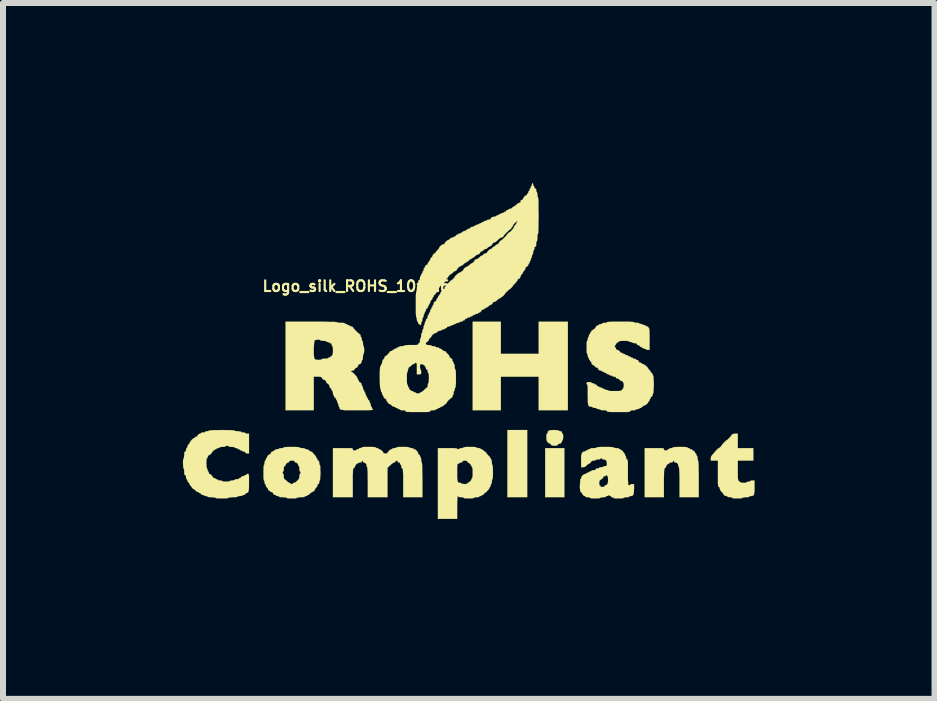
<source format=kicad_pcb>
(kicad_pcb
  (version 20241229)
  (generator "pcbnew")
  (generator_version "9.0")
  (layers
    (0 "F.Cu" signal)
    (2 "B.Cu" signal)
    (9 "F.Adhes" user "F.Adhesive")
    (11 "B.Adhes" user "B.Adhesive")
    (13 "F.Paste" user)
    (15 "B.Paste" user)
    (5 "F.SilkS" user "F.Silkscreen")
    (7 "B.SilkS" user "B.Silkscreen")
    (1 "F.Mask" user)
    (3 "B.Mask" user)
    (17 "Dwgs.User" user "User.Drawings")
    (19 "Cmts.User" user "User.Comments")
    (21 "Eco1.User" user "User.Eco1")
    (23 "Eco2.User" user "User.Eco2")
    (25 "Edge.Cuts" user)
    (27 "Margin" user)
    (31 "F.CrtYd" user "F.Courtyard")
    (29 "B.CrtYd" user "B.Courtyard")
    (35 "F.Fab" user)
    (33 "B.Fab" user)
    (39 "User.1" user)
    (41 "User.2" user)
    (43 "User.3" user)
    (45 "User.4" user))
  (footprint "Logo_silk_ROHS_10x5.6mm"
    (layer "F.Cu")
    (at 4.83 2.821)
    (property "Reference" "Logo_silk_ROHS_10x5.6mm" (at -1.7 -1.1 0) (layer "F.SilkS") (effects (font (size 0.178 0.178) (thickness 0.036))))
    (attr exclude_from_pos_files exclude_from_bom)
    (fp_poly (pts (xy 0.909 2.418) (xy 0.744 2.418) (xy 0.579 2.418) (xy 0.579 1.859) (xy 0.579 1.298) (xy 0.744 1.298) (xy 0.909 1.298) (xy 0.909 1.859) (xy 0.909 2.418)) (stroke (width 0.003) (type solid)) (fill yes) (layer "F.SilkS"))
    (fp_poly (pts (xy 1.529 2.418) (xy 1.369 2.418) (xy 1.209 2.418) (xy 1.209 2.009) (xy 1.209 1.6) (xy 1.369 1.6) (xy 1.529 1.6) (xy 1.529 2.009) (xy 1.529 2.418)) (stroke (width 0.003) (type solid)) (fill yes) (layer "F.SilkS"))
    (fp_poly (pts (xy 1.587 0.968) (xy 1.344 0.968) (xy 1.1 0.968) (xy 1.1 0.688) (xy 1.1 0.409) (xy 0.785 0.409) (xy 0.47 0.409) (xy 0.47 0.688) (xy 0.47 0.968) (xy 0.234 0.968) (xy 0 0.968) (xy 0 0.229) (xy 0 -0.508) (xy 0.234 -0.508) (xy 0.47 -0.508) (xy 0.47 -0.239) (xy 0.47 0.028) (xy 0.785 0.028) (xy 1.1 0.028) (xy 1.1 -0.239) (xy 1.1 -0.508) (xy 1.344 -0.508) (xy 1.587 -0.508) (xy 1.587 0.229) (xy 1.587 0.968)) (stroke (width 0.003) (type solid)) (fill yes) (layer "F.SilkS"))
    (fp_poly (pts (xy 1.509 1.415) (xy 1.506 1.443) (xy 1.504 1.463) (xy 1.499 1.468) (xy 1.491 1.476) (xy 1.488 1.486) (xy 1.481 1.509) (xy 1.458 1.524) (xy 1.44 1.529) (xy 1.422 1.534) (xy 1.42 1.544) (xy 1.415 1.552) (xy 1.397 1.557) (xy 1.364 1.56) (xy 1.331 1.557) (xy 1.313 1.552) (xy 1.308 1.544) (xy 1.3 1.532) (xy 1.293 1.529) (xy 1.275 1.521) (xy 1.255 1.506) (xy 1.252 1.504) (xy 1.24 1.486) (xy 1.232 1.466) (xy 1.229 1.435) (xy 1.229 1.42) (xy 1.229 1.387) (xy 1.234 1.364) (xy 1.24 1.359) (xy 1.247 1.351) (xy 1.25 1.344) (xy 1.255 1.323) (xy 1.27 1.308) (xy 1.3 1.3) (xy 1.349 1.298) (xy 1.359 1.298) (xy 1.397 1.3) (xy 1.425 1.303) (xy 1.438 1.308) (xy 1.448 1.316) (xy 1.463 1.318) (xy 1.483 1.323) (xy 1.488 1.339) (xy 1.494 1.354) (xy 1.499 1.359) (xy 1.504 1.369) (xy 1.509 1.392) (xy 1.509 1.415)) (stroke (width 0.003) (type solid)) (fill yes) (layer "F.SilkS"))
    (fp_poly (pts (xy 3.769 2.418) (xy 3.609 2.418) (xy 3.449 2.418) (xy 3.449 2.169) (xy 3.449 2.085) (xy 3.447 2.017) (xy 3.444 1.966) (xy 3.442 1.933) (xy 3.439 1.92) (xy 3.439 1.918) (xy 3.432 1.91) (xy 3.429 1.892) (xy 3.421 1.862) (xy 3.401 1.844) (xy 3.378 1.839) (xy 3.363 1.834) (xy 3.358 1.824) (xy 3.353 1.811) (xy 3.348 1.808) (xy 3.34 1.816) (xy 3.34 1.824) (xy 3.33 1.836) (xy 3.31 1.839) (xy 3.287 1.841) (xy 3.279 1.849) (xy 3.272 1.859) (xy 3.269 1.859) (xy 3.251 1.867) (xy 3.233 1.885) (xy 3.228 1.9) (xy 3.221 1.918) (xy 3.208 1.928) (xy 3.203 1.935) (xy 3.198 1.943) (xy 3.195 1.956) (xy 3.193 1.974) (xy 3.19 2.004) (xy 3.19 2.047) (xy 3.188 2.106) (xy 3.188 2.179) (xy 3.188 2.182) (xy 3.188 2.418) (xy 3.028 2.418) (xy 2.868 2.418) (xy 2.868 2.009) (xy 2.868 1.6) (xy 3.028 1.6) (xy 3.089 1.6) (xy 3.132 1.6) (xy 3.16 1.6) (xy 3.178 1.603) (xy 3.185 1.608) (xy 3.188 1.613) (xy 3.188 1.618) (xy 3.193 1.633) (xy 3.211 1.638) (xy 3.218 1.638) (xy 3.241 1.636) (xy 3.249 1.628) (xy 3.256 1.621) (xy 3.264 1.618) (xy 3.277 1.613) (xy 3.279 1.608) (xy 3.287 1.603) (xy 3.31 1.6) (xy 3.33 1.595) (xy 3.338 1.59) (xy 3.34 1.587) (xy 3.348 1.585) (xy 3.376 1.582) (xy 3.419 1.58) (xy 3.459 1.58) (xy 3.51 1.58) (xy 3.551 1.582) (xy 3.574 1.585) (xy 3.579 1.587) (xy 3.586 1.598) (xy 3.599 1.6) (xy 3.614 1.603) (xy 3.619 1.608) (xy 3.627 1.618) (xy 3.64 1.618) (xy 3.655 1.623) (xy 3.658 1.628) (xy 3.668 1.638) (xy 3.67 1.638) (xy 3.686 1.646) (xy 3.703 1.664) (xy 3.708 1.679) (xy 3.716 1.689) (xy 3.719 1.689) (xy 3.726 1.697) (xy 3.729 1.709) (xy 3.734 1.725) (xy 3.739 1.73) (xy 3.744 1.737) (xy 3.749 1.76) (xy 3.749 1.768) (xy 3.752 1.793) (xy 3.757 1.808) (xy 3.759 1.808) (xy 3.762 1.819) (xy 3.764 1.849) (xy 3.767 1.895) (xy 3.767 1.961) (xy 3.769 2.045) (xy 3.769 2.113) (xy 3.769 2.418)) (stroke (width 0.003) (type solid)) (fill yes) (layer "F.SilkS"))
    (fp_poly (pts (xy 4.699 2.256) (xy 4.699 2.311) (xy 4.694 2.352) (xy 4.689 2.377) (xy 4.676 2.39) (xy 4.658 2.398) (xy 4.641 2.398) (xy 4.618 2.403) (xy 4.61 2.408) (xy 4.6 2.416) (xy 4.577 2.418) (xy 4.554 2.418) (xy 4.524 2.421) (xy 4.503 2.426) (xy 4.498 2.428) (xy 4.491 2.433) (xy 4.463 2.438) (xy 4.425 2.438) (xy 4.415 2.438) (xy 4.371 2.438) (xy 4.343 2.436) (xy 4.328 2.431) (xy 4.328 2.428) (xy 4.321 2.423) (xy 4.298 2.418) (xy 4.288 2.418) (xy 4.265 2.416) (xy 4.249 2.41) (xy 4.249 2.408) (xy 4.239 2.4) (xy 4.229 2.398) (xy 4.206 2.393) (xy 4.188 2.38) (xy 4.178 2.365) (xy 4.173 2.352) (xy 4.155 2.334) (xy 4.148 2.329) (xy 4.128 2.301) (xy 4.12 2.276) (xy 4.115 2.253) (xy 4.105 2.248) (xy 4.1 2.245) (xy 4.094 2.238) (xy 4.092 2.22) (xy 4.089 2.192) (xy 4.089 2.151) (xy 4.089 2.093) (xy 4.089 2.029) (xy 4.089 1.808) (xy 4.028 1.808) (xy 3.97 1.808) (xy 3.97 1.773) (xy 3.975 1.74) (xy 3.993 1.714) (xy 3.998 1.709) (xy 4.018 1.689) (xy 4.028 1.676) (xy 4.028 1.674) (xy 4.036 1.664) (xy 4.051 1.646) (xy 4.072 1.626) (xy 4.089 1.608) (xy 4.102 1.6) (xy 4.105 1.6) (xy 4.115 1.593) (xy 4.133 1.577) (xy 4.148 1.56) (xy 4.158 1.547) (xy 4.158 1.544) (xy 4.166 1.534) (xy 4.181 1.516) (xy 4.201 1.496) (xy 4.221 1.478) (xy 4.232 1.468) (xy 4.234 1.468) (xy 4.244 1.463) (xy 4.262 1.445) (xy 4.282 1.425) (xy 4.3 1.407) (xy 4.308 1.394) (xy 4.318 1.377) (xy 4.341 1.364) (xy 4.371 1.359) (xy 4.379 1.359) (xy 4.42 1.359) (xy 4.42 1.478) (xy 4.42 1.6) (xy 4.549 1.6) (xy 4.679 1.6) (xy 4.679 1.704) (xy 4.679 1.808) (xy 4.549 1.808) (xy 4.42 1.808) (xy 4.42 1.968) (xy 4.42 2.029) (xy 4.42 2.073) (xy 4.422 2.103) (xy 4.425 2.123) (xy 4.43 2.136) (xy 4.435 2.146) (xy 4.442 2.154) (xy 4.465 2.169) (xy 4.491 2.177) (xy 4.519 2.179) (xy 4.547 2.177) (xy 4.564 2.172) (xy 4.569 2.169) (xy 4.577 2.162) (xy 4.597 2.159) (xy 4.6 2.159) (xy 4.62 2.156) (xy 4.628 2.149) (xy 4.638 2.141) (xy 4.658 2.139) (xy 4.663 2.139) (xy 4.699 2.139) (xy 4.699 2.256)) (stroke (width 0.003) (type solid)) (fill yes) (layer "F.SilkS"))
    (fp_poly (pts (xy -0.838 2.418) (xy -0.998 2.418) (xy -1.158 2.418) (xy -1.158 2.179) (xy -1.158 2.103) (xy -1.158 2.045) (xy -1.161 2.002) (xy -1.163 1.971) (xy -1.163 1.953) (xy -1.168 1.943) (xy -1.173 1.938) (xy -1.186 1.93) (xy -1.189 1.91) (xy -1.191 1.887) (xy -1.199 1.88) (xy -1.206 1.869) (xy -1.209 1.859) (xy -1.217 1.841) (xy -1.229 1.839) (xy -1.245 1.834) (xy -1.25 1.824) (xy -1.257 1.811) (xy -1.267 1.808) (xy -1.285 1.816) (xy -1.288 1.824) (xy -1.298 1.836) (xy -1.308 1.839) (xy -1.326 1.847) (xy -1.351 1.864) (xy -1.374 1.885) (xy -1.42 1.928) (xy -1.42 2.174) (xy -1.42 2.418) (xy -1.582 2.418) (xy -1.748 2.418) (xy -1.748 2.169) (xy -1.75 2.085) (xy -1.75 2.017) (xy -1.753 1.966) (xy -1.755 1.933) (xy -1.758 1.92) (xy -1.758 1.918) (xy -1.765 1.91) (xy -1.768 1.892) (xy -1.775 1.864) (xy -1.796 1.844) (xy -1.814 1.839) (xy -1.826 1.831) (xy -1.829 1.824) (xy -1.834 1.811) (xy -1.839 1.808) (xy -1.847 1.816) (xy -1.849 1.824) (xy -1.857 1.836) (xy -1.88 1.839) (xy -1.905 1.847) (xy -1.933 1.862) (xy -1.953 1.882) (xy -1.958 1.9) (xy -1.966 1.918) (xy -1.979 1.928) (xy -1.986 1.935) (xy -1.989 1.943) (xy -1.994 1.956) (xy -1.996 1.974) (xy -1.996 2.004) (xy -1.999 2.047) (xy -1.999 2.106) (xy -1.999 2.179) (xy -1.999 2.182) (xy -1.999 2.418) (xy -2.164 2.418) (xy -2.329 2.418) (xy -2.329 2.009) (xy -2.329 1.6) (xy -2.164 1.6) (xy -2.103 1.6) (xy -2.06 1.6) (xy -2.029 1.6) (xy -2.012 1.603) (xy -2.002 1.608) (xy -1.999 1.613) (xy -1.999 1.618) (xy -1.994 1.633) (xy -1.976 1.638) (xy -1.968 1.638) (xy -1.948 1.636) (xy -1.938 1.628) (xy -1.93 1.621) (xy -1.918 1.618) (xy -1.902 1.615) (xy -1.897 1.608) (xy -1.89 1.6) (xy -1.875 1.6) (xy -1.854 1.595) (xy -1.849 1.587) (xy -1.839 1.585) (xy -1.811 1.58) (xy -1.77 1.58) (xy -1.735 1.58) (xy -1.681 1.58) (xy -1.646 1.582) (xy -1.623 1.585) (xy -1.618 1.587) (xy -1.61 1.595) (xy -1.593 1.6) (xy -1.575 1.603) (xy -1.57 1.608) (xy -1.56 1.618) (xy -1.554 1.618) (xy -1.537 1.626) (xy -1.514 1.643) (xy -1.496 1.661) (xy -1.488 1.679) (xy -1.481 1.687) (xy -1.458 1.689) (xy -1.453 1.689) (xy -1.43 1.687) (xy -1.42 1.679) (xy -1.412 1.664) (xy -1.394 1.643) (xy -1.372 1.626) (xy -1.354 1.618) (xy -1.341 1.613) (xy -1.339 1.608) (xy -1.331 1.603) (xy -1.308 1.6) (xy -1.303 1.6) (xy -1.28 1.595) (xy -1.27 1.59) (xy -1.267 1.587) (xy -1.26 1.585) (xy -1.232 1.58) (xy -1.191 1.58) (xy -1.163 1.58) (xy -1.115 1.58) (xy -1.079 1.582) (xy -1.062 1.585) (xy -1.059 1.587) (xy -1.049 1.595) (xy -1.029 1.598) (xy -1.024 1.6) (xy -1.001 1.6) (xy -0.988 1.608) (xy -0.98 1.618) (xy -0.973 1.618) (xy -0.953 1.626) (xy -0.932 1.646) (xy -0.914 1.669) (xy -0.909 1.689) (xy -0.902 1.704) (xy -0.894 1.709) (xy -0.881 1.717) (xy -0.879 1.73) (xy -0.874 1.745) (xy -0.869 1.75) (xy -0.864 1.758) (xy -0.859 1.781) (xy -0.859 1.793) (xy -0.856 1.821) (xy -0.851 1.836) (xy -0.848 1.839) (xy -0.846 1.849) (xy -0.843 1.877) (xy -0.841 1.925) (xy -0.841 1.991) (xy -0.838 2.075) (xy -0.838 2.129) (xy -0.838 2.418)) (stroke (width 0.003) (type solid)) (fill yes) (layer "F.SilkS"))
    (fp_poly (pts (xy 0.338 1.999) (xy 0.338 2.052) (xy 0.335 2.09) (xy 0.333 2.113) (xy 0.328 2.118) (xy 0.323 2.129) (xy 0.32 2.149) (xy 0.32 2.159) (xy 0.318 2.184) (xy 0.31 2.197) (xy 0.31 2.2) (xy 0.302 2.207) (xy 0.3 2.225) (xy 0.295 2.243) (xy 0.29 2.248) (xy 0.279 2.258) (xy 0.279 2.263) (xy 0.272 2.281) (xy 0.254 2.301) (xy 0.234 2.324) (xy 0.213 2.342) (xy 0.198 2.349) (xy 0.191 2.357) (xy 0.188 2.365) (xy 0.18 2.375) (xy 0.168 2.38) (xy 0.152 2.383) (xy 0.15 2.388) (xy 0.14 2.398) (xy 0.13 2.398) (xy 0.112 2.403) (xy 0.109 2.408) (xy 0.099 2.416) (xy 0.076 2.418) (xy 0.064 2.418) (xy 0.038 2.421) (xy 0.02 2.426) (xy 0.018 2.428) (xy 0.01 2.433) (xy 0 2.436) (xy 0 2.024) (xy 0 2.009) (xy 0 1.966) (xy -0.003 1.935) (xy -0.008 1.92) (xy -0.008 1.918) (xy -0.018 1.91) (xy -0.018 1.902) (xy -0.025 1.887) (xy -0.043 1.864) (xy -0.061 1.847) (xy -0.079 1.839) (xy -0.086 1.831) (xy -0.089 1.824) (xy -0.097 1.814) (xy -0.117 1.808) (xy -0.13 1.808) (xy -0.157 1.811) (xy -0.168 1.819) (xy -0.168 1.824) (xy -0.178 1.836) (xy -0.193 1.839) (xy -0.213 1.841) (xy -0.218 1.849) (xy -0.226 1.857) (xy -0.239 1.859) (xy -0.246 1.859) (xy -0.251 1.864) (xy -0.257 1.877) (xy -0.257 1.9) (xy -0.259 1.933) (xy -0.259 1.986) (xy -0.259 2.004) (xy -0.259 2.068) (xy -0.257 2.113) (xy -0.251 2.146) (xy -0.244 2.164) (xy -0.234 2.174) (xy -0.216 2.179) (xy -0.208 2.179) (xy -0.193 2.182) (xy -0.188 2.189) (xy -0.18 2.195) (xy -0.157 2.197) (xy -0.14 2.2) (xy -0.109 2.197) (xy -0.091 2.192) (xy -0.089 2.189) (xy -0.081 2.179) (xy -0.079 2.179) (xy -0.064 2.172) (xy -0.043 2.154) (xy -0.025 2.134) (xy -0.018 2.116) (xy -0.018 2.113) (xy -0.013 2.101) (xy -0.008 2.098) (xy -0.005 2.09) (xy 0 2.062) (xy 0 2.024) (xy 0 2.436) (xy -0.015 2.438) (xy -0.053 2.438) (xy -0.064 2.438) (xy -0.104 2.438) (xy -0.135 2.436) (xy -0.147 2.431) (xy -0.15 2.428) (xy -0.157 2.423) (xy -0.18 2.418) (xy -0.193 2.418) (xy -0.221 2.416) (xy -0.236 2.41) (xy -0.239 2.408) (xy -0.246 2.4) (xy -0.249 2.398) (xy -0.251 2.408) (xy -0.254 2.438) (xy -0.257 2.484) (xy -0.259 2.545) (xy -0.259 2.588) (xy -0.259 2.779) (xy -0.419 2.779) (xy -0.579 2.779) (xy -0.579 2.189) (xy -0.579 1.6) (xy -0.419 1.6) (xy -0.356 1.6) (xy -0.305 1.6) (xy -0.274 1.605) (xy -0.259 1.608) (xy -0.251 1.618) (xy -0.239 1.618) (xy -0.224 1.615) (xy -0.218 1.608) (xy -0.211 1.603) (xy -0.188 1.6) (xy -0.183 1.6) (xy -0.16 1.595) (xy -0.15 1.59) (xy -0.15 1.587) (xy -0.14 1.585) (xy -0.112 1.58) (xy -0.071 1.58) (xy -0.043 1.58) (xy 0.003 1.58) (xy 0.038 1.582) (xy 0.056 1.585) (xy 0.058 1.587) (xy 0.069 1.595) (xy 0.089 1.598) (xy 0.094 1.6) (xy 0.117 1.6) (xy 0.13 1.608) (xy 0.137 1.618) (xy 0.147 1.618) (xy 0.165 1.626) (xy 0.178 1.638) (xy 0.196 1.654) (xy 0.206 1.659) (xy 0.218 1.666) (xy 0.218 1.669) (xy 0.226 1.681) (xy 0.244 1.702) (xy 0.259 1.72) (xy 0.282 1.742) (xy 0.295 1.763) (xy 0.3 1.773) (xy 0.305 1.786) (xy 0.31 1.788) (xy 0.315 1.798) (xy 0.318 1.821) (xy 0.32 1.834) (xy 0.32 1.859) (xy 0.325 1.877) (xy 0.328 1.88) (xy 0.333 1.887) (xy 0.335 1.915) (xy 0.338 1.958) (xy 0.338 1.999)) (stroke (width 0.003) (type solid)) (fill yes) (layer "F.SilkS"))
    (fp_poly (pts (xy -2.537 2.009) (xy -2.54 2.065) (xy -2.543 2.106) (xy -2.545 2.131) (xy -2.548 2.139) (xy -2.555 2.146) (xy -2.558 2.169) (xy -2.563 2.192) (xy -2.573 2.2) (xy -2.586 2.207) (xy -2.588 2.223) (xy -2.596 2.245) (xy -2.609 2.258) (xy -2.624 2.276) (xy -2.629 2.286) (xy -2.637 2.306) (xy -2.657 2.324) (xy -2.672 2.329) (xy -2.687 2.334) (xy -2.687 2.339) (xy -2.697 2.347) (xy -2.703 2.349) (xy -2.718 2.357) (xy -2.718 2.365) (xy -2.728 2.375) (xy -2.738 2.38) (xy -2.756 2.383) (xy -2.758 2.388) (xy -2.766 2.398) (xy -2.779 2.398) (xy -2.794 2.403) (xy -2.799 2.408) (xy -2.807 2.413) (xy -2.832 2.418) (xy -2.863 2.418) (xy -2.868 2.418) (xy -2.868 2.009) (xy -2.873 1.991) (xy -2.878 1.989) (xy -2.885 1.981) (xy -2.888 1.958) (xy -2.888 1.943) (xy -2.891 1.918) (xy -2.896 1.9) (xy -2.898 1.9) (xy -2.908 1.89) (xy -2.908 1.882) (xy -2.916 1.859) (xy -2.936 1.844) (xy -2.954 1.839) (xy -2.967 1.831) (xy -2.969 1.824) (xy -2.974 1.814) (xy -2.995 1.808) (xy -3.015 1.808) (xy -3.043 1.811) (xy -3.058 1.816) (xy -3.058 1.824) (xy -3.066 1.836) (xy -3.073 1.839) (xy -3.096 1.847) (xy -3.114 1.867) (xy -3.119 1.882) (xy -3.127 1.897) (xy -3.134 1.9) (xy -3.145 1.905) (xy -3.147 1.925) (xy -3.15 1.943) (xy -3.15 1.971) (xy -3.155 1.986) (xy -3.16 1.989) (xy -3.167 1.996) (xy -3.167 2.009) (xy -3.165 2.024) (xy -3.16 2.029) (xy -3.152 2.037) (xy -3.15 2.06) (xy -3.15 2.073) (xy -3.147 2.101) (xy -3.139 2.118) (xy -3.137 2.118) (xy -3.124 2.126) (xy -3.104 2.141) (xy -3.099 2.149) (xy -3.078 2.167) (xy -3.058 2.179) (xy -3.056 2.179) (xy -3.04 2.184) (xy -3.038 2.189) (xy -3.03 2.197) (xy -3.018 2.2) (xy -3.002 2.195) (xy -3 2.189) (xy -2.99 2.182) (xy -2.979 2.179) (xy -2.959 2.172) (xy -2.936 2.154) (xy -2.924 2.144) (xy -2.901 2.118) (xy -2.891 2.093) (xy -2.888 2.07) (xy -2.885 2.045) (xy -2.88 2.029) (xy -2.878 2.029) (xy -2.87 2.019) (xy -2.868 2.009) (xy -2.868 2.418) (xy -2.898 2.421) (xy -2.921 2.423) (xy -2.929 2.428) (xy -2.939 2.433) (xy -2.964 2.438) (xy -3.002 2.438) (xy -3.015 2.438) (xy -3.056 2.438) (xy -3.084 2.436) (xy -3.099 2.431) (xy -3.099 2.428) (xy -3.109 2.423) (xy -3.132 2.421) (xy -3.165 2.418) (xy -3.198 2.418) (xy -3.221 2.413) (xy -3.228 2.408) (xy -3.239 2.4) (xy -3.254 2.398) (xy -3.272 2.395) (xy -3.279 2.388) (xy -3.287 2.38) (xy -3.299 2.38) (xy -3.315 2.375) (xy -3.32 2.367) (xy -3.327 2.349) (xy -3.345 2.334) (xy -3.363 2.329) (xy -3.376 2.324) (xy -3.378 2.319) (xy -3.386 2.309) (xy -3.393 2.309) (xy -3.406 2.301) (xy -3.409 2.291) (xy -3.416 2.271) (xy -3.429 2.258) (xy -3.444 2.238) (xy -3.449 2.223) (xy -3.452 2.205) (xy -3.459 2.2) (xy -3.467 2.189) (xy -3.47 2.169) (xy -3.472 2.149) (xy -3.477 2.139) (xy -3.48 2.139) (xy -3.482 2.129) (xy -3.487 2.101) (xy -3.487 2.057) (xy -3.487 2.009) (xy -3.487 1.953) (xy -3.485 1.913) (xy -3.482 1.887) (xy -3.48 1.88) (xy -3.472 1.869) (xy -3.47 1.849) (xy -3.47 1.844) (xy -3.467 1.821) (xy -3.459 1.808) (xy -3.449 1.801) (xy -3.449 1.788) (xy -3.444 1.773) (xy -3.439 1.768) (xy -3.429 1.76) (xy -3.429 1.753) (xy -3.421 1.735) (xy -3.409 1.717) (xy -3.393 1.709) (xy -3.381 1.702) (xy -3.365 1.687) (xy -3.358 1.669) (xy -3.35 1.661) (xy -3.34 1.659) (xy -3.322 1.651) (xy -3.31 1.638) (xy -3.284 1.623) (xy -3.261 1.618) (xy -3.239 1.615) (xy -3.228 1.61) (xy -3.228 1.608) (xy -3.221 1.603) (xy -3.198 1.6) (xy -3.188 1.6) (xy -3.165 1.598) (xy -3.15 1.59) (xy -3.15 1.587) (xy -3.139 1.585) (xy -3.111 1.582) (xy -3.068 1.58) (xy -3.018 1.58) (xy -2.964 1.58) (xy -2.921 1.582) (xy -2.896 1.585) (xy -2.888 1.587) (xy -2.88 1.595) (xy -2.857 1.598) (xy -2.845 1.6) (xy -2.817 1.6) (xy -2.802 1.605) (xy -2.799 1.608) (xy -2.789 1.615) (xy -2.771 1.618) (xy -2.743 1.626) (xy -2.728 1.638) (xy -2.708 1.654) (xy -2.692 1.659) (xy -2.675 1.664) (xy -2.67 1.669) (xy -2.662 1.684) (xy -2.644 1.702) (xy -2.639 1.709) (xy -2.619 1.73) (xy -2.609 1.75) (xy -2.609 1.753) (xy -2.603 1.768) (xy -2.598 1.768) (xy -2.591 1.778) (xy -2.588 1.788) (xy -2.583 1.806) (xy -2.573 1.808) (xy -2.563 1.816) (xy -2.558 1.841) (xy -2.558 1.844) (xy -2.555 1.867) (xy -2.55 1.88) (xy -2.548 1.88) (xy -2.545 1.887) (xy -2.54 1.915) (xy -2.54 1.958) (xy -2.537 2.009)) (stroke (width 0.003) (type solid)) (fill yes) (layer "F.SilkS"))
    (fp_poly (pts (xy 2.69 2.283) (xy 2.687 2.334) (xy 2.682 2.367) (xy 2.67 2.388) (xy 2.652 2.398) (xy 2.634 2.398) (xy 2.616 2.403) (xy 2.609 2.408) (xy 2.601 2.416) (xy 2.578 2.418) (xy 2.563 2.418) (xy 2.537 2.421) (xy 2.52 2.426) (xy 2.52 2.428) (xy 2.51 2.433) (xy 2.484 2.438) (xy 2.443 2.438) (xy 2.433 2.438) (xy 2.393 2.438) (xy 2.362 2.436) (xy 2.349 2.431) (xy 2.349 2.428) (xy 2.339 2.421) (xy 2.329 2.418) (xy 2.311 2.416) (xy 2.309 2.408) (xy 2.301 2.4) (xy 2.294 2.398) (xy 2.278 2.39) (xy 2.273 2.388) (xy 2.268 2.38) (xy 2.263 2.388) (xy 2.258 2.39) (xy 2.258 2.134) (xy 2.256 2.093) (xy 2.248 2.065) (xy 2.243 2.06) (xy 2.228 2.05) (xy 2.22 2.057) (xy 2.21 2.068) (xy 2.197 2.068) (xy 2.182 2.073) (xy 2.179 2.08) (xy 2.172 2.095) (xy 2.159 2.111) (xy 2.144 2.118) (xy 2.134 2.126) (xy 2.123 2.134) (xy 2.113 2.149) (xy 2.111 2.174) (xy 2.108 2.197) (xy 2.113 2.215) (xy 2.118 2.22) (xy 2.129 2.228) (xy 2.129 2.233) (xy 2.136 2.245) (xy 2.162 2.248) (xy 2.164 2.248) (xy 2.189 2.245) (xy 2.2 2.235) (xy 2.2 2.233) (xy 2.207 2.22) (xy 2.215 2.22) (xy 2.238 2.21) (xy 2.253 2.187) (xy 2.258 2.144) (xy 2.258 2.134) (xy 2.258 2.39) (xy 2.25 2.398) (xy 2.238 2.398) (xy 2.223 2.403) (xy 2.22 2.408) (xy 2.21 2.416) (xy 2.187 2.418) (xy 2.174 2.418) (xy 2.146 2.421) (xy 2.131 2.426) (xy 2.129 2.428) (xy 2.118 2.433) (xy 2.093 2.438) (xy 2.055 2.438) (xy 2.045 2.438) (xy 2.002 2.438) (xy 1.974 2.436) (xy 1.958 2.431) (xy 1.958 2.428) (xy 1.951 2.423) (xy 1.928 2.418) (xy 1.918 2.418) (xy 1.895 2.416) (xy 1.88 2.41) (xy 1.88 2.408) (xy 1.872 2.4) (xy 1.867 2.398) (xy 1.852 2.393) (xy 1.836 2.377) (xy 1.829 2.362) (xy 1.821 2.349) (xy 1.808 2.339) (xy 1.801 2.329) (xy 1.793 2.316) (xy 1.791 2.296) (xy 1.788 2.263) (xy 1.788 2.223) (xy 1.791 2.174) (xy 1.793 2.139) (xy 1.796 2.121) (xy 1.798 2.118) (xy 1.806 2.111) (xy 1.808 2.098) (xy 1.816 2.075) (xy 1.836 2.05) (xy 1.862 2.035) (xy 1.877 2.029) (xy 1.895 2.024) (xy 1.9 2.019) (xy 1.908 2.012) (xy 1.918 2.009) (xy 1.935 2.004) (xy 1.938 1.999) (xy 1.948 1.991) (xy 1.958 1.989) (xy 1.976 1.984) (xy 1.979 1.979) (xy 1.986 1.971) (xy 2.009 1.968) (xy 2.014 1.968) (xy 2.04 1.966) (xy 2.05 1.956) (xy 2.05 1.953) (xy 2.057 1.943) (xy 2.078 1.938) (xy 2.101 1.935) (xy 2.108 1.928) (xy 2.118 1.923) (xy 2.139 1.918) (xy 2.144 1.918) (xy 2.167 1.915) (xy 2.179 1.91) (xy 2.187 1.902) (xy 2.21 1.9) (xy 2.228 1.897) (xy 2.235 1.89) (xy 2.238 1.867) (xy 2.238 1.859) (xy 2.233 1.819) (xy 2.215 1.796) (xy 2.184 1.788) (xy 2.167 1.786) (xy 2.159 1.778) (xy 2.151 1.77) (xy 2.144 1.768) (xy 2.131 1.773) (xy 2.129 1.778) (xy 2.121 1.786) (xy 2.098 1.788) (xy 2.088 1.788) (xy 2.062 1.791) (xy 2.05 1.796) (xy 2.05 1.798) (xy 2.04 1.806) (xy 2.019 1.808) (xy 2.014 1.808) (xy 1.991 1.811) (xy 1.979 1.819) (xy 1.971 1.836) (xy 1.953 1.852) (xy 1.938 1.859) (xy 1.925 1.867) (xy 1.905 1.882) (xy 1.9 1.89) (xy 1.869 1.913) (xy 1.839 1.918) (xy 1.808 1.918) (xy 1.808 1.803) (xy 1.808 1.753) (xy 1.811 1.714) (xy 1.816 1.694) (xy 1.819 1.689) (xy 1.829 1.681) (xy 1.829 1.674) (xy 1.836 1.661) (xy 1.854 1.659) (xy 1.872 1.656) (xy 1.88 1.648) (xy 1.887 1.641) (xy 1.9 1.638) (xy 1.915 1.636) (xy 1.918 1.628) (xy 1.928 1.621) (xy 1.938 1.618) (xy 1.956 1.615) (xy 1.958 1.608) (xy 1.968 1.603) (xy 1.991 1.6) (xy 2.014 1.6) (xy 2.045 1.598) (xy 2.065 1.593) (xy 2.068 1.587) (xy 2.078 1.585) (xy 2.106 1.582) (xy 2.151 1.58) (xy 2.21 1.58) (xy 2.268 1.58) (xy 2.311 1.582) (xy 2.339 1.585) (xy 2.349 1.587) (xy 2.357 1.595) (xy 2.38 1.598) (xy 2.395 1.6) (xy 2.421 1.6) (xy 2.436 1.605) (xy 2.438 1.608) (xy 2.446 1.618) (xy 2.454 1.618) (xy 2.471 1.626) (xy 2.492 1.643) (xy 2.51 1.661) (xy 2.52 1.679) (xy 2.527 1.689) (xy 2.53 1.689) (xy 2.537 1.697) (xy 2.54 1.709) (xy 2.543 1.725) (xy 2.548 1.73) (xy 2.555 1.737) (xy 2.558 1.758) (xy 2.563 1.783) (xy 2.573 1.788) (xy 2.578 1.791) (xy 2.583 1.801) (xy 2.586 1.816) (xy 2.588 1.847) (xy 2.588 1.887) (xy 2.588 1.946) (xy 2.588 2.004) (xy 2.588 2.075) (xy 2.588 2.129) (xy 2.591 2.167) (xy 2.591 2.192) (xy 2.593 2.207) (xy 2.598 2.215) (xy 2.603 2.217) (xy 2.609 2.22) (xy 2.624 2.215) (xy 2.629 2.21) (xy 2.637 2.202) (xy 2.659 2.2) (xy 2.69 2.2) (xy 2.69 2.283)) (stroke (width 0.003) (type solid)) (fill yes) (layer "F.SilkS"))
    (fp_poly (pts (xy -1.659 0.958) (xy -1.669 0.963) (xy -1.697 0.965) (xy -1.745 0.968) (xy -1.811 0.968) (xy -1.892 0.968) (xy -1.925 0.968) (xy -2.009 0.968) (xy -2.075 0.968) (xy -2.126 0.968) (xy -2.164 0.963) (xy -2.189 0.96) (xy -2.205 0.955) (xy -2.215 0.945) (xy -2.217 0.935) (xy -2.22 0.925) (xy -2.225 0.912) (xy -2.228 0.909) (xy -2.235 0.899) (xy -2.238 0.879) (xy -2.243 0.859) (xy -2.248 0.848) (xy -2.256 0.841) (xy -2.258 0.823) (xy -2.263 0.805) (xy -2.268 0.8) (xy -2.276 0.79) (xy -2.278 0.78) (xy -2.286 0.762) (xy -2.294 0.759) (xy -2.306 0.749) (xy -2.309 0.739) (xy -2.314 0.724) (xy -2.319 0.719) (xy -2.324 0.711) (xy -2.329 0.688) (xy -2.329 0.683) (xy -2.329 -0.028) (xy -2.329 -0.064) (xy -2.334 -0.089) (xy -2.339 -0.099) (xy -2.347 -0.107) (xy -2.349 -0.124) (xy -2.355 -0.142) (xy -2.37 -0.15) (xy -2.385 -0.152) (xy -2.388 -0.157) (xy -2.398 -0.165) (xy -2.413 -0.168) (xy -2.433 -0.173) (xy -2.438 -0.178) (xy -2.449 -0.185) (xy -2.471 -0.188) (xy -2.489 -0.188) (xy -2.517 -0.191) (xy -2.535 -0.196) (xy -2.537 -0.198) (xy -2.548 -0.206) (xy -2.568 -0.208) (xy -2.593 -0.208) (xy -2.619 -0.203) (xy -2.634 -0.196) (xy -2.639 -0.178) (xy -2.644 -0.147) (xy -2.647 -0.104) (xy -2.649 -0.056) (xy -2.649 -0.008) (xy -2.649 0.038) (xy -2.644 0.076) (xy -2.639 0.104) (xy -2.637 0.114) (xy -2.621 0.122) (xy -2.596 0.127) (xy -2.565 0.13) (xy -2.54 0.127) (xy -2.522 0.124) (xy -2.52 0.119) (xy -2.51 0.114) (xy -2.487 0.109) (xy -2.464 0.109) (xy -2.433 0.107) (xy -2.413 0.102) (xy -2.408 0.099) (xy -2.4 0.089) (xy -2.393 0.089) (xy -2.375 0.081) (xy -2.355 0.066) (xy -2.352 0.064) (xy -2.339 0.048) (xy -2.332 0.03) (xy -2.329 0.003) (xy -2.329 -0.028) (xy -2.329 0.683) (xy -2.332 0.66) (xy -2.337 0.65) (xy -2.339 0.648) (xy -2.347 0.64) (xy -2.349 0.63) (xy -2.357 0.612) (xy -2.37 0.599) (xy -2.385 0.582) (xy -2.388 0.566) (xy -2.395 0.544) (xy -2.413 0.526) (xy -2.428 0.518) (xy -2.438 0.511) (xy -2.438 0.503) (xy -2.446 0.483) (xy -2.464 0.465) (xy -2.479 0.46) (xy -2.497 0.452) (xy -2.512 0.434) (xy -2.52 0.419) (xy -2.527 0.414) (xy -2.555 0.409) (xy -2.583 0.409) (xy -2.649 0.409) (xy -2.649 0.688) (xy -2.649 0.968) (xy -2.883 0.968) (xy -3.119 0.968) (xy -3.119 0.229) (xy -3.119 -0.508) (xy -2.687 -0.508) (xy -2.573 -0.508) (xy -2.474 -0.508) (xy -2.393 -0.505) (xy -2.332 -0.505) (xy -2.289 -0.503) (xy -2.263 -0.5) (xy -2.258 -0.498) (xy -2.25 -0.493) (xy -2.225 -0.49) (xy -2.195 -0.488) (xy -2.159 -0.488) (xy -2.136 -0.483) (xy -2.129 -0.478) (xy -2.121 -0.47) (xy -2.108 -0.467) (xy -2.093 -0.465) (xy -2.088 -0.46) (xy -2.08 -0.45) (xy -2.068 -0.45) (xy -2.052 -0.445) (xy -2.05 -0.439) (xy -2.04 -0.432) (xy -2.024 -0.429) (xy -2.004 -0.424) (xy -1.999 -0.419) (xy -1.991 -0.406) (xy -1.974 -0.386) (xy -1.951 -0.358) (xy -1.943 -0.353) (xy -1.918 -0.328) (xy -1.895 -0.307) (xy -1.88 -0.3) (xy -1.872 -0.29) (xy -1.869 -0.274) (xy -1.864 -0.254) (xy -1.859 -0.249) (xy -1.852 -0.239) (xy -1.849 -0.218) (xy -1.847 -0.198) (xy -1.839 -0.188) (xy -1.834 -0.18) (xy -1.829 -0.157) (xy -1.829 -0.145) (xy -1.826 -0.117) (xy -1.821 -0.102) (xy -1.819 -0.099) (xy -1.814 -0.089) (xy -1.811 -0.066) (xy -1.808 -0.033) (xy -1.811 0) (xy -1.814 0.02) (xy -1.819 0.028) (xy -1.824 0.038) (xy -1.829 0.061) (xy -1.829 0.079) (xy -1.831 0.107) (xy -1.834 0.124) (xy -1.839 0.13) (xy -1.847 0.137) (xy -1.849 0.15) (xy -1.854 0.17) (xy -1.867 0.191) (xy -1.882 0.198) (xy -1.885 0.198) (xy -1.897 0.206) (xy -1.913 0.224) (xy -1.918 0.244) (xy -1.928 0.257) (xy -1.938 0.259) (xy -1.956 0.264) (xy -1.958 0.269) (xy -1.968 0.287) (xy -1.986 0.305) (xy -2.007 0.31) (xy -2.024 0.312) (xy -2.029 0.32) (xy -2.022 0.328) (xy -2.019 0.328) (xy -2.004 0.335) (xy -1.981 0.356) (xy -1.958 0.381) (xy -1.935 0.406) (xy -1.923 0.429) (xy -1.918 0.439) (xy -1.915 0.455) (xy -1.908 0.46) (xy -1.9 0.467) (xy -1.897 0.478) (xy -1.895 0.495) (xy -1.887 0.498) (xy -1.869 0.508) (xy -1.854 0.528) (xy -1.849 0.549) (xy -1.844 0.564) (xy -1.839 0.569) (xy -1.831 0.577) (xy -1.829 0.599) (xy -1.826 0.62) (xy -1.819 0.63) (xy -1.811 0.638) (xy -1.808 0.648) (xy -1.803 0.665) (xy -1.798 0.668) (xy -1.791 0.678) (xy -1.788 0.693) (xy -1.786 0.711) (xy -1.778 0.719) (xy -1.77 0.726) (xy -1.768 0.739) (xy -1.765 0.754) (xy -1.758 0.759) (xy -1.75 0.767) (xy -1.748 0.78) (xy -1.742 0.795) (xy -1.735 0.8) (xy -1.722 0.808) (xy -1.72 0.823) (xy -1.714 0.843) (xy -1.709 0.848) (xy -1.702 0.859) (xy -1.699 0.879) (xy -1.697 0.899) (xy -1.689 0.909) (xy -1.681 0.917) (xy -1.679 0.93) (xy -1.674 0.945) (xy -1.669 0.95) (xy -1.659 0.958)) (stroke (width 0.003) (type solid)) (fill yes) (layer "F.SilkS"))
    (fp_poly (pts (xy -3.729 2.174) (xy -3.729 2.238) (xy -3.731 2.283) (xy -3.736 2.316) (xy -3.744 2.334) (xy -3.754 2.344) (xy -3.769 2.349) (xy -3.772 2.349) (xy -3.787 2.357) (xy -3.79 2.365) (xy -3.797 2.375) (xy -3.813 2.38) (xy -3.833 2.383) (xy -3.838 2.388) (xy -3.848 2.395) (xy -3.868 2.398) (xy -3.879 2.398) (xy -3.904 2.4) (xy -3.917 2.405) (xy -3.919 2.408) (xy -3.929 2.413) (xy -3.952 2.418) (xy -3.99 2.418) (xy -3.993 2.418) (xy -4.031 2.421) (xy -4.059 2.423) (xy -4.069 2.428) (xy -4.079 2.433) (xy -4.105 2.436) (xy -4.148 2.438) (xy -4.178 2.438) (xy -4.229 2.438) (xy -4.265 2.436) (xy -4.285 2.431) (xy -4.288 2.428) (xy -4.298 2.423) (xy -4.323 2.421) (xy -4.354 2.418) (xy -4.387 2.418) (xy -4.412 2.413) (xy -4.42 2.408) (xy -4.427 2.403) (xy -4.448 2.398) (xy -4.47 2.395) (xy -4.478 2.388) (xy -4.488 2.383) (xy -4.503 2.38) (xy -4.524 2.372) (xy -4.529 2.365) (xy -4.536 2.352) (xy -4.549 2.349) (xy -4.564 2.344) (xy -4.569 2.339) (xy -4.577 2.329) (xy -4.587 2.329) (xy -4.605 2.322) (xy -4.618 2.309) (xy -4.633 2.294) (xy -4.641 2.289) (xy -4.656 2.281) (xy -4.674 2.266) (xy -4.689 2.245) (xy -4.699 2.23) (xy -4.707 2.22) (xy -4.709 2.22) (xy -4.717 2.21) (xy -4.719 2.202) (xy -4.727 2.182) (xy -4.74 2.169) (xy -4.755 2.151) (xy -4.757 2.136) (xy -4.763 2.121) (xy -4.768 2.118) (xy -4.775 2.111) (xy -4.778 2.088) (xy -4.778 2.083) (xy -4.783 2.057) (xy -4.793 2.05) (xy -4.803 2.045) (xy -4.808 2.027) (xy -4.808 1.994) (xy -4.811 1.963) (xy -4.816 1.943) (xy -4.818 1.938) (xy -4.823 1.93) (xy -4.826 1.902) (xy -4.829 1.864) (xy -4.829 1.854) (xy -4.829 1.814) (xy -4.823 1.783) (xy -4.821 1.77) (xy -4.818 1.768) (xy -4.813 1.76) (xy -4.811 1.737) (xy -4.808 1.714) (xy -4.808 1.681) (xy -4.803 1.664) (xy -4.793 1.659) (xy -4.783 1.651) (xy -4.778 1.628) (xy -4.775 1.608) (xy -4.768 1.6) (xy -4.76 1.59) (xy -4.757 1.58) (xy -4.755 1.562) (xy -4.75 1.56) (xy -4.74 1.549) (xy -4.74 1.544) (xy -4.735 1.532) (xy -4.729 1.529) (xy -4.719 1.521) (xy -4.719 1.514) (xy -4.712 1.499) (xy -4.696 1.476) (xy -4.674 1.453) (xy -4.653 1.435) (xy -4.638 1.43) (xy -4.628 1.422) (xy -4.628 1.42) (xy -4.62 1.41) (xy -4.608 1.41) (xy -4.592 1.405) (xy -4.59 1.397) (xy -4.58 1.379) (xy -4.562 1.364) (xy -4.544 1.359) (xy -4.531 1.354) (xy -4.529 1.349) (xy -4.521 1.341) (xy -4.498 1.339) (xy -4.493 1.339) (xy -4.47 1.336) (xy -4.46 1.331) (xy -4.458 1.328) (xy -4.45 1.321) (xy -4.43 1.318) (xy -4.407 1.316) (xy -4.399 1.308) (xy -4.389 1.306) (xy -4.361 1.303) (xy -4.313 1.3) (xy -4.249 1.3) (xy -4.183 1.298) (xy -4.107 1.3) (xy -4.046 1.3) (xy -4 1.303) (xy -3.975 1.306) (xy -3.967 1.308) (xy -3.96 1.313) (xy -3.937 1.318) (xy -3.914 1.318) (xy -3.884 1.321) (xy -3.863 1.326) (xy -3.858 1.328) (xy -3.851 1.336) (xy -3.828 1.339) (xy -3.823 1.339) (xy -3.8 1.341) (xy -3.79 1.349) (xy -3.78 1.356) (xy -3.759 1.359) (xy -3.729 1.359) (xy -3.729 1.524) (xy -3.729 1.689) (xy -3.759 1.689) (xy -3.782 1.684) (xy -3.79 1.674) (xy -3.797 1.661) (xy -3.813 1.659) (xy -3.833 1.656) (xy -3.838 1.648) (xy -3.848 1.641) (xy -3.858 1.638) (xy -3.876 1.636) (xy -3.879 1.628) (xy -3.886 1.621) (xy -3.899 1.618) (xy -3.914 1.615) (xy -3.919 1.608) (xy -3.927 1.6) (xy -3.945 1.6) (xy -3.962 1.595) (xy -3.967 1.587) (xy -3.978 1.582) (xy -4 1.58) (xy -4.018 1.58) (xy -4.046 1.577) (xy -4.067 1.572) (xy -4.069 1.57) (xy -4.077 1.562) (xy -4.094 1.56) (xy -4.112 1.562) (xy -4.12 1.57) (xy -4.128 1.575) (xy -4.15 1.577) (xy -4.168 1.58) (xy -4.196 1.58) (xy -4.216 1.585) (xy -4.219 1.587) (xy -4.227 1.595) (xy -4.244 1.6) (xy -4.262 1.603) (xy -4.27 1.608) (xy -4.277 1.618) (xy -4.285 1.618) (xy -4.3 1.626) (xy -4.321 1.641) (xy -4.338 1.659) (xy -4.348 1.671) (xy -4.348 1.674) (xy -4.356 1.687) (xy -4.369 1.702) (xy -4.381 1.709) (xy -4.384 1.709) (xy -4.399 1.717) (xy -4.412 1.735) (xy -4.42 1.753) (xy -4.425 1.768) (xy -4.43 1.768) (xy -4.435 1.778) (xy -4.437 1.803) (xy -4.44 1.844) (xy -4.44 1.854) (xy -4.437 1.895) (xy -4.435 1.925) (xy -4.43 1.938) (xy -4.422 1.948) (xy -4.42 1.963) (xy -4.415 1.984) (xy -4.409 1.989) (xy -4.402 1.996) (xy -4.399 2.009) (xy -4.394 2.024) (xy -4.389 2.029) (xy -4.374 2.035) (xy -4.354 2.052) (xy -4.338 2.073) (xy -4.328 2.088) (xy -4.321 2.098) (xy -4.308 2.098) (xy -4.293 2.103) (xy -4.288 2.108) (xy -4.28 2.116) (xy -4.27 2.118) (xy -4.252 2.123) (xy -4.249 2.129) (xy -4.239 2.136) (xy -4.219 2.139) (xy -4.214 2.139) (xy -4.191 2.141) (xy -4.178 2.146) (xy -4.178 2.149) (xy -4.171 2.154) (xy -4.145 2.156) (xy -4.115 2.159) (xy -4.079 2.156) (xy -4.056 2.154) (xy -4.049 2.149) (xy -4.039 2.144) (xy -4.018 2.139) (xy -4.008 2.139) (xy -3.983 2.136) (xy -3.97 2.131) (xy -3.967 2.129) (xy -3.96 2.121) (xy -3.94 2.118) (xy -3.934 2.118) (xy -3.912 2.116) (xy -3.899 2.111) (xy -3.899 2.108) (xy -3.891 2.101) (xy -3.879 2.098) (xy -3.863 2.093) (xy -3.858 2.083) (xy -3.851 2.073) (xy -3.833 2.068) (xy -3.815 2.065) (xy -3.81 2.06) (xy -3.8 2.05) (xy -3.79 2.05) (xy -3.772 2.045) (xy -3.769 2.04) (xy -3.759 2.029) (xy -3.749 2.029) (xy -3.741 2.029) (xy -3.736 2.035) (xy -3.731 2.047) (xy -3.729 2.07) (xy -3.729 2.103) (xy -3.729 2.156) (xy -3.729 2.174)) (stroke (width 0.003) (type solid)) (fill yes) (layer "F.SilkS"))
    (fp_poly (pts (xy 3.02 0.538) (xy 3.018 0.599) (xy 3.015 0.648) (xy 3.012 0.676) (xy 3.01 0.688) (xy 3.002 0.699) (xy 3 0.714) (xy 2.995 0.734) (xy 2.985 0.739) (xy 2.972 0.747) (xy 2.969 0.759) (xy 2.964 0.775) (xy 2.959 0.78) (xy 2.951 0.787) (xy 2.949 0.8) (xy 2.944 0.815) (xy 2.939 0.818) (xy 2.929 0.826) (xy 2.929 0.828) (xy 2.921 0.846) (xy 2.903 0.866) (xy 2.88 0.881) (xy 2.863 0.889) (xy 2.842 0.897) (xy 2.83 0.909) (xy 2.812 0.925) (xy 2.797 0.93) (xy 2.781 0.935) (xy 2.779 0.94) (xy 2.771 0.945) (xy 2.748 0.95) (xy 2.728 0.953) (xy 2.718 0.958) (xy 2.71 0.965) (xy 2.687 0.968) (xy 2.675 0.968) (xy 2.644 0.97) (xy 2.631 0.978) (xy 2.629 0.983) (xy 2.626 0.988) (xy 2.616 0.993) (xy 2.598 0.996) (xy 2.57 0.998) (xy 2.527 0.998) (xy 2.466 0.998) (xy 2.433 0.998) (xy 2.365 0.998) (xy 2.316 0.998) (xy 2.281 0.996) (xy 2.258 0.993) (xy 2.245 0.991) (xy 2.24 0.986) (xy 2.238 0.983) (xy 2.233 0.975) (xy 2.217 0.97) (xy 2.184 0.968) (xy 2.154 0.968) (xy 2.134 0.963) (xy 2.129 0.958) (xy 2.121 0.953) (xy 2.098 0.95) (xy 2.078 0.945) (xy 2.068 0.94) (xy 2.06 0.932) (xy 2.04 0.93) (xy 2.035 0.93) (xy 2.012 0.927) (xy 1.999 0.919) (xy 1.991 0.912) (xy 1.974 0.909) (xy 1.953 0.907) (xy 1.941 0.902) (xy 1.93 0.889) (xy 1.925 0.869) (xy 1.92 0.836) (xy 1.92 0.787) (xy 1.918 0.721) (xy 1.918 0.709) (xy 1.918 0.643) (xy 1.918 0.592) (xy 1.915 0.556) (xy 1.91 0.541) (xy 1.91 0.538) (xy 1.9 0.531) (xy 1.9 0.518) (xy 1.902 0.505) (xy 1.915 0.5) (xy 1.938 0.498) (xy 1.963 0.5) (xy 1.979 0.505) (xy 1.979 0.508) (xy 1.986 0.516) (xy 2.004 0.518) (xy 2.022 0.523) (xy 2.029 0.528) (xy 2.037 0.536) (xy 2.05 0.538) (xy 2.065 0.546) (xy 2.068 0.554) (xy 2.078 0.566) (xy 2.088 0.569) (xy 2.106 0.574) (xy 2.108 0.579) (xy 2.118 0.587) (xy 2.134 0.589) (xy 2.151 0.592) (xy 2.159 0.599) (xy 2.167 0.607) (xy 2.179 0.61) (xy 2.195 0.612) (xy 2.2 0.62) (xy 2.207 0.625) (xy 2.228 0.63) (xy 2.23 0.63) (xy 2.25 0.632) (xy 2.258 0.638) (xy 2.258 0.64) (xy 2.268 0.643) (xy 2.296 0.648) (xy 2.337 0.648) (xy 2.365 0.648) (xy 2.413 0.648) (xy 2.443 0.648) (xy 2.464 0.643) (xy 2.479 0.638) (xy 2.492 0.627) (xy 2.494 0.625) (xy 2.512 0.597) (xy 2.52 0.564) (xy 2.52 0.531) (xy 2.51 0.503) (xy 2.492 0.483) (xy 2.477 0.478) (xy 2.461 0.472) (xy 2.449 0.46) (xy 2.428 0.442) (xy 2.41 0.439) (xy 2.393 0.434) (xy 2.388 0.424) (xy 2.38 0.411) (xy 2.36 0.409) (xy 2.337 0.406) (xy 2.329 0.399) (xy 2.319 0.391) (xy 2.304 0.389) (xy 2.286 0.386) (xy 2.278 0.378) (xy 2.271 0.371) (xy 2.258 0.368) (xy 2.243 0.366) (xy 2.238 0.358) (xy 2.23 0.351) (xy 2.22 0.348) (xy 2.202 0.345) (xy 2.2 0.338) (xy 2.189 0.33) (xy 2.179 0.328) (xy 2.162 0.325) (xy 2.159 0.32) (xy 2.151 0.31) (xy 2.139 0.31) (xy 2.113 0.302) (xy 2.095 0.287) (xy 2.088 0.269) (xy 2.08 0.259) (xy 2.07 0.259) (xy 2.052 0.251) (xy 2.04 0.239) (xy 2.024 0.224) (xy 2.017 0.218) (xy 1.999 0.211) (xy 1.984 0.193) (xy 1.979 0.175) (xy 1.974 0.16) (xy 1.968 0.16) (xy 1.961 0.15) (xy 1.958 0.145) (xy 1.953 0.13) (xy 1.948 0.13) (xy 1.941 0.119) (xy 1.938 0.109) (xy 1.935 0.091) (xy 1.928 0.089) (xy 1.923 0.081) (xy 1.918 0.058) (xy 1.915 0.038) (xy 1.91 0.028) (xy 1.905 0.02) (xy 1.9 -0.005) (xy 1.9 -0.048) (xy 1.9 -0.079) (xy 1.9 -0.13) (xy 1.902 -0.165) (xy 1.905 -0.185) (xy 1.91 -0.188) (xy 1.915 -0.198) (xy 1.918 -0.218) (xy 1.923 -0.239) (xy 1.928 -0.249) (xy 1.935 -0.257) (xy 1.938 -0.274) (xy 1.943 -0.292) (xy 1.948 -0.3) (xy 1.958 -0.307) (xy 1.958 -0.315) (xy 1.966 -0.33) (xy 1.981 -0.351) (xy 1.999 -0.368) (xy 2.012 -0.378) (xy 2.014 -0.378) (xy 2.027 -0.386) (xy 2.04 -0.399) (xy 2.05 -0.411) (xy 2.05 -0.414) (xy 2.057 -0.429) (xy 2.075 -0.442) (xy 2.093 -0.45) (xy 2.106 -0.455) (xy 2.108 -0.46) (xy 2.118 -0.467) (xy 2.134 -0.467) (xy 2.151 -0.472) (xy 2.159 -0.478) (xy 2.167 -0.485) (xy 2.189 -0.488) (xy 2.2 -0.488) (xy 2.225 -0.49) (xy 2.238 -0.495) (xy 2.238 -0.498) (xy 2.248 -0.503) (xy 2.278 -0.505) (xy 2.324 -0.508) (xy 2.388 -0.508) (xy 2.464 -0.508) (xy 2.543 -0.508) (xy 2.606 -0.508) (xy 2.652 -0.505) (xy 2.68 -0.503) (xy 2.69 -0.498) (xy 2.697 -0.493) (xy 2.72 -0.49) (xy 2.733 -0.488) (xy 2.761 -0.488) (xy 2.776 -0.483) (xy 2.779 -0.478) (xy 2.786 -0.472) (xy 2.809 -0.47) (xy 2.809 -0.467) (xy 2.83 -0.465) (xy 2.84 -0.46) (xy 2.847 -0.452) (xy 2.863 -0.45) (xy 2.883 -0.445) (xy 2.888 -0.439) (xy 2.898 -0.429) (xy 2.908 -0.429) (xy 2.926 -0.422) (xy 2.929 -0.414) (xy 2.934 -0.401) (xy 2.939 -0.399) (xy 2.944 -0.389) (xy 2.946 -0.361) (xy 2.949 -0.315) (xy 2.949 -0.254) (xy 2.949 -0.218) (xy 2.949 -0.038) (xy 2.918 -0.038) (xy 2.898 -0.041) (xy 2.888 -0.048) (xy 2.88 -0.056) (xy 2.863 -0.058) (xy 2.845 -0.061) (xy 2.84 -0.069) (xy 2.83 -0.076) (xy 2.822 -0.079) (xy 2.802 -0.086) (xy 2.789 -0.099) (xy 2.771 -0.114) (xy 2.756 -0.119) (xy 2.741 -0.124) (xy 2.738 -0.135) (xy 2.731 -0.145) (xy 2.708 -0.15) (xy 2.705 -0.15) (xy 2.68 -0.152) (xy 2.67 -0.157) (xy 2.659 -0.165) (xy 2.639 -0.168) (xy 2.619 -0.173) (xy 2.609 -0.178) (xy 2.598 -0.183) (xy 2.573 -0.188) (xy 2.535 -0.188) (xy 2.525 -0.188) (xy 2.482 -0.188) (xy 2.454 -0.185) (xy 2.438 -0.18) (xy 2.438 -0.178) (xy 2.431 -0.17) (xy 2.428 -0.168) (xy 2.41 -0.16) (xy 2.395 -0.145) (xy 2.388 -0.13) (xy 2.383 -0.119) (xy 2.38 -0.119) (xy 2.37 -0.109) (xy 2.37 -0.099) (xy 2.372 -0.081) (xy 2.38 -0.079) (xy 2.388 -0.071) (xy 2.388 -0.058) (xy 2.395 -0.043) (xy 2.41 -0.038) (xy 2.433 -0.03) (xy 2.451 -0.015) (xy 2.459 0) (xy 2.466 0.008) (xy 2.479 0.01) (xy 2.494 0.013) (xy 2.499 0.018) (xy 2.507 0.028) (xy 2.52 0.028) (xy 2.535 0.033) (xy 2.54 0.038) (xy 2.548 0.046) (xy 2.563 0.048) (xy 2.583 0.053) (xy 2.588 0.058) (xy 2.596 0.066) (xy 2.609 0.069) (xy 2.624 0.074) (xy 2.629 0.079) (xy 2.637 0.086) (xy 2.649 0.089) (xy 2.664 0.094) (xy 2.67 0.099) (xy 2.677 0.107) (xy 2.695 0.109) (xy 2.713 0.112) (xy 2.718 0.119) (xy 2.728 0.127) (xy 2.738 0.13) (xy 2.756 0.132) (xy 2.758 0.14) (xy 2.766 0.157) (xy 2.786 0.173) (xy 2.804 0.178) (xy 2.817 0.183) (xy 2.819 0.188) (xy 2.827 0.196) (xy 2.84 0.198) (xy 2.855 0.206) (xy 2.88 0.221) (xy 2.903 0.241) (xy 2.921 0.262) (xy 2.929 0.277) (xy 2.936 0.287) (xy 2.949 0.3) (xy 2.964 0.318) (xy 2.969 0.33) (xy 2.977 0.345) (xy 2.985 0.348) (xy 2.997 0.358) (xy 3 0.368) (xy 3.002 0.386) (xy 3.01 0.389) (xy 3.012 0.399) (xy 3.015 0.427) (xy 3.018 0.47) (xy 3.02 0.531) (xy 3.02 0.538)) (stroke (width 0.003) (type solid)) (fill yes) (layer "F.SilkS"))
    (fp_poly (pts (xy 1.1 -2.278) (xy 1.097 -2.184) (xy 1.097 -2.108) (xy 1.095 -2.047) (xy 1.095 -2.007) (xy 1.092 -1.984) (xy 1.09 -1.979) (xy 1.085 -1.968) (xy 1.079 -1.946) (xy 1.079 -1.913) (xy 1.077 -1.88) (xy 1.074 -1.857) (xy 1.069 -1.849) (xy 1.062 -1.839) (xy 1.059 -1.816) (xy 1.059 -1.803) (xy 1.057 -1.773) (xy 1.049 -1.76) (xy 1.044 -1.758) (xy 1.031 -1.75) (xy 1.029 -1.73) (xy 1.026 -1.707) (xy 1.019 -1.699) (xy 1.011 -1.689) (xy 1.008 -1.669) (xy 1.008 -1.664) (xy 1.006 -1.641) (xy 1.001 -1.628) (xy 0.998 -1.628) (xy 0.991 -1.621) (xy 0.988 -1.6) (xy 0.988 -1.598) (xy 0.986 -1.577) (xy 0.978 -1.57) (xy 0.97 -1.56) (xy 0.968 -1.544) (xy 0.965 -1.524) (xy 0.958 -1.519) (xy 0.95 -1.511) (xy 0.95 -1.499) (xy 0.945 -1.483) (xy 0.94 -1.478) (xy 0.93 -1.471) (xy 0.93 -1.463) (xy 0.922 -1.443) (xy 0.904 -1.425) (xy 0.889 -1.42) (xy 0.881 -1.41) (xy 0.879 -1.397) (xy 0.871 -1.372) (xy 0.859 -1.359) (xy 0.843 -1.341) (xy 0.838 -1.328) (xy 0.831 -1.311) (xy 0.818 -1.298) (xy 0.803 -1.28) (xy 0.8 -1.265) (xy 0.792 -1.245) (xy 0.775 -1.224) (xy 0.759 -1.219) (xy 0.749 -1.212) (xy 0.749 -1.204) (xy 0.742 -1.189) (xy 0.724 -1.166) (xy 0.709 -1.148) (xy 0.686 -1.125) (xy 0.673 -1.11) (xy 0.668 -1.105) (xy 0.663 -1.092) (xy 0.648 -1.077) (xy 0.63 -1.059) (xy 0.617 -1.049) (xy 0.615 -1.049) (xy 0.605 -1.041) (xy 0.587 -1.026) (xy 0.566 -1.006) (xy 0.549 -0.988) (xy 0.538 -0.975) (xy 0.538 -0.973) (xy 0.531 -0.963) (xy 0.516 -0.945) (xy 0.495 -0.927) (xy 0.483 -0.919) (xy 0.48 -0.919) (xy 0.47 -0.912) (xy 0.47 -0.909) (xy 0.46 -0.899) (xy 0.452 -0.899) (xy 0.437 -0.892) (xy 0.414 -0.874) (xy 0.409 -0.869) (xy 0.386 -0.848) (xy 0.363 -0.838) (xy 0.361 -0.838) (xy 0.343 -0.836) (xy 0.338 -0.828) (xy 0.33 -0.81) (xy 0.312 -0.795) (xy 0.297 -0.787) (xy 0.282 -0.782) (xy 0.269 -0.77) (xy 0.251 -0.752) (xy 0.236 -0.749) (xy 0.221 -0.744) (xy 0.218 -0.739) (xy 0.211 -0.729) (xy 0.203 -0.729) (xy 0.191 -0.724) (xy 0.188 -0.719) (xy 0.18 -0.711) (xy 0.168 -0.709) (xy 0.152 -0.704) (xy 0.15 -0.699) (xy 0.14 -0.681) (xy 0.122 -0.663) (xy 0.104 -0.658) (xy 0.091 -0.653) (xy 0.089 -0.648) (xy 0.081 -0.64) (xy 0.064 -0.638) (xy 0.046 -0.635) (xy 0.038 -0.63) (xy 0.03 -0.62) (xy 0.018 -0.62) (xy 0.003 -0.615) (xy 0 -0.61) (xy -0.008 -0.599) (xy -0.018 -0.599) (xy -0.036 -0.594) (xy -0.038 -0.589) (xy -0.048 -0.582) (xy -0.064 -0.579) (xy -0.081 -0.577) (xy -0.089 -0.569) (xy -0.097 -0.561) (xy -0.109 -0.559) (xy -0.124 -0.554) (xy -0.13 -0.544) (xy -0.137 -0.531) (xy -0.15 -0.528) (xy -0.165 -0.526) (xy -0.168 -0.518) (xy -0.178 -0.511) (xy -0.193 -0.508) (xy -0.213 -0.505) (xy -0.218 -0.498) (xy -0.229 -0.493) (xy -0.249 -0.488) (xy -0.269 -0.485) (xy -0.279 -0.478) (xy -0.287 -0.47) (xy -0.3 -0.467) (xy -0.315 -0.465) (xy -0.318 -0.46) (xy -0.328 -0.452) (xy -0.343 -0.45) (xy -0.363 -0.445) (xy -0.368 -0.439) (xy -0.378 -0.432) (xy -0.399 -0.429) (xy -0.422 -0.424) (xy -0.429 -0.414) (xy -0.437 -0.401) (xy -0.45 -0.399) (xy -0.465 -0.394) (xy -0.467 -0.389) (xy -0.478 -0.381) (xy -0.493 -0.378) (xy -0.513 -0.376) (xy -0.518 -0.368) (xy -0.528 -0.361) (xy -0.546 -0.358) (xy -0.574 -0.351) (xy -0.589 -0.338) (xy -0.607 -0.323) (xy -0.622 -0.318) (xy -0.64 -0.312) (xy -0.66 -0.297) (xy -0.681 -0.277) (xy -0.688 -0.262) (xy -0.696 -0.249) (xy -0.709 -0.239) (xy -0.724 -0.224) (xy -0.729 -0.211) (xy -0.737 -0.193) (xy -0.752 -0.175) (xy -0.767 -0.168) (xy -0.777 -0.16) (xy -0.78 -0.145) (xy -0.777 -0.13) (xy -0.767 -0.122) (xy -0.747 -0.119) (xy -0.734 -0.119) (xy -0.706 -0.117) (xy -0.691 -0.112) (xy -0.688 -0.109) (xy -0.681 -0.102) (xy -0.658 -0.099) (xy -0.653 -0.099) (xy -0.63 -0.097) (xy -0.62 -0.089) (xy -0.61 -0.081) (xy -0.589 -0.079) (xy -0.566 -0.076) (xy -0.559 -0.069) (xy -0.551 -0.061) (xy -0.541 -0.058) (xy -0.521 -0.051) (xy -0.508 -0.038) (xy -0.488 -0.023) (xy -0.472 -0.018) (xy -0.455 -0.015) (xy -0.45 -0.008) (xy -0.442 0.003) (xy -0.424 0.023) (xy -0.419 0.028) (xy -0.399 0.048) (xy -0.389 0.066) (xy -0.389 0.069) (xy -0.381 0.086) (xy -0.363 0.102) (xy -0.351 0.109) (xy -0.34 0.117) (xy -0.338 0.135) (xy -0.335 0.152) (xy -0.328 0.16) (xy -0.32 0.168) (xy -0.318 0.178) (xy -0.315 0.196) (xy -0.31 0.198) (xy -0.302 0.208) (xy -0.3 0.231) (xy -0.3 0.244) (xy -0.297 0.272) (xy -0.292 0.287) (xy -0.29 0.29) (xy -0.284 0.297) (xy -0.282 0.325) (xy -0.279 0.371) (xy -0.279 0.429) (xy -0.279 0.439) (xy -0.279 0.5) (xy -0.282 0.546) (xy -0.284 0.577) (xy -0.287 0.589) (xy -0.29 0.589) (xy -0.295 0.597) (xy -0.3 0.62) (xy -0.302 0.64) (xy -0.31 0.648) (xy -0.315 0.658) (xy -0.318 0.678) (xy -0.318 0.683) (xy -0.32 0.706) (xy -0.328 0.719) (xy -0.338 0.726) (xy -0.338 0.739) (xy -0.343 0.754) (xy -0.348 0.759) (xy -0.361 0.765) (xy -0.381 0.782) (xy -0.401 0.8) (xy -0.419 0.82) (xy -0.429 0.833) (xy -0.434 0.846) (xy -0.452 0.864) (xy -0.472 0.879) (xy -0.485 0.889) (xy -0.488 0.889) (xy -0.498 0.897) (xy -0.498 0.899) (xy -0.508 0.907) (xy -0.518 0.909) (xy -0.536 0.912) (xy -0.538 0.919) (xy -0.546 0.927) (xy -0.559 0.93) (xy -0.574 0.932) (xy -0.579 0.94) (xy -0.587 0.947) (xy -0.599 0.95) (xy -0.615 0.953) (xy -0.62 0.958) (xy -0.627 0.965) (xy -0.65 0.968) (xy -0.663 0.968) (xy -0.693 0.97) (xy -0.706 0.978) (xy -0.709 0.983) (xy -0.711 0.988) (xy -0.719 0.993) (xy -0.729 0.993) (xy -0.729 0.445) (xy -0.729 0.434) (xy -0.729 0.391) (xy -0.734 0.363) (xy -0.737 0.351) (xy -0.739 0.348) (xy -0.747 0.34) (xy -0.749 0.32) (xy -0.754 0.295) (xy -0.765 0.29) (xy -0.777 0.279) (xy -0.78 0.269) (xy -0.787 0.244) (xy -0.808 0.218) (xy -0.836 0.203) (xy -0.853 0.198) (xy -0.869 0.201) (xy -0.876 0.211) (xy -0.879 0.231) (xy -0.879 0.244) (xy -0.876 0.272) (xy -0.871 0.287) (xy -0.869 0.29) (xy -0.864 0.297) (xy -0.859 0.32) (xy -0.859 0.328) (xy -0.859 0.356) (xy -0.866 0.366) (xy -0.884 0.368) (xy -0.894 0.368) (xy -0.93 0.368) (xy -0.93 0.274) (xy -0.93 0.229) (xy -0.93 0.201) (xy -0.935 0.185) (xy -0.94 0.18) (xy -0.947 0.178) (xy -0.965 0.183) (xy -0.968 0.188) (xy -0.978 0.198) (xy -0.986 0.198) (xy -1.006 0.206) (xy -1.019 0.218) (xy -1.034 0.234) (xy -1.041 0.239) (xy -1.059 0.249) (xy -1.072 0.269) (xy -1.079 0.297) (xy -1.082 0.32) (xy -1.087 0.328) (xy -1.09 0.328) (xy -1.092 0.338) (xy -1.097 0.366) (xy -1.097 0.406) (xy -1.097 0.434) (xy -1.097 0.483) (xy -1.095 0.516) (xy -1.092 0.536) (xy -1.09 0.538) (xy -1.082 0.549) (xy -1.079 0.564) (xy -1.074 0.582) (xy -1.069 0.589) (xy -1.059 0.597) (xy -1.059 0.61) (xy -1.052 0.625) (xy -1.044 0.63) (xy -1.031 0.635) (xy -1.029 0.64) (xy -1.021 0.648) (xy -1.008 0.648) (xy -0.993 0.653) (xy -0.988 0.658) (xy -0.98 0.668) (xy -0.968 0.668) (xy -0.953 0.673) (xy -0.947 0.678) (xy -0.94 0.686) (xy -0.919 0.688) (xy -0.914 0.688) (xy -0.892 0.686) (xy -0.879 0.681) (xy -0.879 0.678) (xy -0.871 0.671) (xy -0.864 0.668) (xy -0.848 0.663) (xy -0.826 0.645) (xy -0.808 0.63) (xy -0.785 0.607) (xy -0.767 0.592) (xy -0.759 0.589) (xy -0.752 0.579) (xy -0.749 0.559) (xy -0.749 0.554) (xy -0.747 0.531) (xy -0.739 0.518) (xy -0.734 0.511) (xy -0.732 0.483) (xy -0.729 0.445) (xy -0.729 0.993) (xy -0.737 0.996) (xy -0.767 0.998) (xy -0.81 0.998) (xy -0.869 0.998) (xy -0.914 0.998) (xy -0.983 0.998) (xy -1.036 0.998) (xy -1.072 0.996) (xy -1.097 0.996) (xy -1.113 0.991) (xy -1.118 0.988) (xy -1.118 0.983) (xy -1.125 0.973) (xy -1.146 0.97) (xy -1.163 0.968) (xy -1.191 0.968) (xy -1.206 0.963) (xy -1.209 0.958) (xy -1.217 0.95) (xy -1.229 0.95) (xy -1.245 0.945) (xy -1.25 0.94) (xy -1.257 0.93) (xy -1.267 0.93) (xy -1.285 0.925) (xy -1.288 0.919) (xy -1.298 0.912) (xy -1.311 0.909) (xy -1.336 0.902) (xy -1.349 0.889) (xy -1.364 0.874) (xy -1.377 0.869) (xy -1.394 0.861) (xy -1.412 0.846) (xy -1.42 0.831) (xy -1.425 0.82) (xy -1.427 0.818) (xy -1.438 0.81) (xy -1.438 0.8) (xy -1.443 0.782) (xy -1.45 0.78) (xy -1.468 0.77) (xy -1.483 0.752) (xy -1.488 0.734) (xy -1.494 0.721) (xy -1.499 0.719) (xy -1.506 0.711) (xy -1.509 0.693) (xy -1.511 0.676) (xy -1.519 0.668) (xy -1.527 0.66) (xy -1.529 0.64) (xy -1.532 0.617) (xy -1.539 0.61) (xy -1.542 0.599) (xy -1.544 0.572) (xy -1.547 0.526) (xy -1.549 0.462) (xy -1.549 0.424) (xy -1.549 0.353) (xy -1.547 0.3) (xy -1.544 0.262) (xy -1.542 0.241) (xy -1.539 0.239) (xy -1.532 0.231) (xy -1.529 0.218) (xy -1.524 0.203) (xy -1.519 0.198) (xy -1.511 0.191) (xy -1.509 0.168) (xy -1.509 0.165) (xy -1.501 0.135) (xy -1.488 0.119) (xy -1.473 0.102) (xy -1.468 0.086) (xy -1.463 0.071) (xy -1.458 0.069) (xy -1.445 0.061) (xy -1.425 0.046) (xy -1.402 0.023) (xy -1.387 0.003) (xy -1.379 -0.008) (xy -1.372 -0.018) (xy -1.359 -0.018) (xy -1.344 -0.023) (xy -1.339 -0.028) (xy -1.331 -0.038) (xy -1.323 -0.038) (xy -1.311 -0.043) (xy -1.308 -0.048) (xy -1.3 -0.056) (xy -1.288 -0.058) (xy -1.273 -0.064) (xy -1.267 -0.069) (xy -1.26 -0.076) (xy -1.25 -0.079) (xy -1.232 -0.084) (xy -1.229 -0.089) (xy -1.219 -0.094) (xy -1.196 -0.099) (xy -1.184 -0.099) (xy -1.156 -0.102) (xy -1.14 -0.107) (xy -1.138 -0.109) (xy -1.13 -0.114) (xy -1.102 -0.117) (xy -1.059 -0.119) (xy -1.024 -0.119) (xy -0.973 -0.119) (xy -0.94 -0.119) (xy -0.919 -0.124) (xy -0.909 -0.13) (xy -0.909 -0.135) (xy -0.902 -0.147) (xy -0.894 -0.15) (xy -0.884 -0.155) (xy -0.879 -0.178) (xy -0.879 -0.188) (xy -0.876 -0.213) (xy -0.871 -0.229) (xy -0.869 -0.229) (xy -0.864 -0.239) (xy -0.859 -0.259) (xy -0.859 -0.274) (xy -0.856 -0.3) (xy -0.851 -0.318) (xy -0.848 -0.318) (xy -0.841 -0.328) (xy -0.838 -0.348) (xy -0.836 -0.371) (xy -0.828 -0.378) (xy -0.823 -0.389) (xy -0.818 -0.409) (xy -0.818 -0.414) (xy -0.815 -0.437) (xy -0.81 -0.45) (xy -0.808 -0.45) (xy -0.803 -0.457) (xy -0.8 -0.478) (xy -0.798 -0.478) (xy -0.795 -0.5) (xy -0.79 -0.508) (xy -0.787 -0.508) (xy -0.782 -0.518) (xy -0.78 -0.533) (xy -0.772 -0.554) (xy -0.765 -0.559) (xy -0.752 -0.566) (xy -0.749 -0.589) (xy -0.747 -0.61) (xy -0.739 -0.62) (xy -0.732 -0.627) (xy -0.729 -0.638) (xy -0.724 -0.655) (xy -0.719 -0.658) (xy -0.711 -0.668) (xy -0.709 -0.683) (xy -0.706 -0.704) (xy -0.699 -0.709) (xy -0.691 -0.716) (xy -0.688 -0.729) (xy -0.686 -0.744) (xy -0.678 -0.749) (xy -0.671 -0.757) (xy -0.668 -0.77) (xy -0.665 -0.785) (xy -0.658 -0.787) (xy -0.65 -0.798) (xy -0.648 -0.813) (xy -0.645 -0.833) (xy -0.638 -0.838) (xy -0.62 -0.846) (xy -0.605 -0.866) (xy -0.599 -0.884) (xy -0.594 -0.897) (xy -0.589 -0.899) (xy -0.579 -0.907) (xy -0.579 -0.917) (xy -0.572 -0.935) (xy -0.559 -0.947) (xy -0.544 -0.968) (xy -0.538 -0.98) (xy -0.531 -1.001) (xy -0.516 -1.021) (xy -0.495 -1.041) (xy -0.48 -1.049) (xy -0.47 -1.057) (xy -0.467 -1.069) (xy -0.465 -1.085) (xy -0.46 -1.09) (xy -0.45 -1.097) (xy -0.45 -1.1) (xy -0.442 -1.11) (xy -0.427 -1.13) (xy -0.404 -1.153) (xy -0.381 -1.176) (xy -0.363 -1.194) (xy -0.353 -1.199) (xy -0.343 -1.206) (xy -0.325 -1.222) (xy -0.31 -1.237) (xy -0.3 -1.252) (xy -0.3 -1.255) (xy -0.292 -1.267) (xy -0.274 -1.285) (xy -0.251 -1.306) (xy -0.229 -1.321) (xy -0.213 -1.328) (xy -0.198 -1.336) (xy -0.178 -1.349) (xy -0.157 -1.367) (xy -0.15 -1.382) (xy -0.15 -1.384) (xy -0.14 -1.397) (xy -0.124 -1.412) (xy -0.104 -1.42) (xy -0.091 -1.425) (xy -0.089 -1.427) (xy -0.081 -1.438) (xy -0.076 -1.438) (xy -0.061 -1.445) (xy -0.048 -1.458) (xy -0.033 -1.473) (xy -0.02 -1.478) (xy -0.005 -1.486) (xy 0.013 -1.501) (xy 0.03 -1.521) (xy 0.038 -1.537) (xy 0.038 -1.539) (xy 0.048 -1.547) (xy 0.058 -1.549) (xy 0.079 -1.554) (xy 0.104 -1.572) (xy 0.109 -1.577) (xy 0.13 -1.598) (xy 0.147 -1.608) (xy 0.15 -1.608) (xy 0.168 -1.615) (xy 0.178 -1.628) (xy 0.198 -1.643) (xy 0.216 -1.648) (xy 0.234 -1.654) (xy 0.239 -1.659) (xy 0.246 -1.674) (xy 0.264 -1.694) (xy 0.284 -1.712) (xy 0.3 -1.72) (xy 0.302 -1.72) (xy 0.318 -1.727) (xy 0.328 -1.74) (xy 0.343 -1.755) (xy 0.353 -1.758) (xy 0.368 -1.765) (xy 0.378 -1.778) (xy 0.396 -1.793) (xy 0.411 -1.798) (xy 0.427 -1.803) (xy 0.429 -1.808) (xy 0.434 -1.821) (xy 0.45 -1.841) (xy 0.467 -1.859) (xy 0.483 -1.869) (xy 0.493 -1.875) (xy 0.511 -1.892) (xy 0.533 -1.913) (xy 0.549 -1.93) (xy 0.559 -1.943) (xy 0.566 -1.953) (xy 0.582 -1.971) (xy 0.597 -1.989) (xy 0.612 -1.999) (xy 0.615 -1.999) (xy 0.627 -2.007) (xy 0.645 -2.024) (xy 0.665 -2.047) (xy 0.681 -2.07) (xy 0.688 -2.085) (xy 0.696 -2.106) (xy 0.709 -2.118) (xy 0.724 -2.136) (xy 0.729 -2.149) (xy 0.734 -2.167) (xy 0.742 -2.172) (xy 0.749 -2.179) (xy 0.747 -2.184) (xy 0.737 -2.182) (xy 0.719 -2.169) (xy 0.699 -2.149) (xy 0.681 -2.129) (xy 0.671 -2.111) (xy 0.668 -2.103) (xy 0.663 -2.09) (xy 0.658 -2.088) (xy 0.65 -2.08) (xy 0.648 -2.078) (xy 0.643 -2.062) (xy 0.627 -2.047) (xy 0.615 -2.04) (xy 0.605 -2.032) (xy 0.587 -2.014) (xy 0.564 -1.994) (xy 0.541 -1.971) (xy 0.526 -1.953) (xy 0.518 -1.943) (xy 0.511 -1.928) (xy 0.493 -1.915) (xy 0.475 -1.91) (xy 0.472 -1.91) (xy 0.457 -1.902) (xy 0.434 -1.885) (xy 0.419 -1.869) (xy 0.394 -1.847) (xy 0.371 -1.831) (xy 0.361 -1.829) (xy 0.343 -1.824) (xy 0.338 -1.819) (xy 0.33 -1.803) (xy 0.315 -1.783) (xy 0.295 -1.768) (xy 0.277 -1.758) (xy 0.262 -1.753) (xy 0.249 -1.74) (xy 0.229 -1.722) (xy 0.213 -1.72) (xy 0.193 -1.712) (xy 0.178 -1.699) (xy 0.16 -1.684) (xy 0.147 -1.679) (xy 0.132 -1.674) (xy 0.13 -1.669) (xy 0.119 -1.648) (xy 0.102 -1.633) (xy 0.084 -1.628) (xy 0.066 -1.621) (xy 0.046 -1.605) (xy 0.038 -1.598) (xy 0.018 -1.58) (xy 0 -1.57) (xy -0.003 -1.57) (xy -0.018 -1.565) (xy -0.018 -1.56) (xy -0.028 -1.549) (xy -0.038 -1.549) (xy -0.056 -1.542) (xy -0.058 -1.534) (xy -0.066 -1.521) (xy -0.074 -1.519) (xy -0.086 -1.514) (xy -0.089 -1.509) (xy -0.097 -1.501) (xy -0.104 -1.499) (xy -0.122 -1.491) (xy -0.142 -1.476) (xy -0.15 -1.468) (xy -0.17 -1.45) (xy -0.191 -1.44) (xy -0.193 -1.438) (xy -0.208 -1.433) (xy -0.231 -1.417) (xy -0.249 -1.4) (xy -0.259 -1.384) (xy -0.267 -1.369) (xy -0.282 -1.356) (xy -0.3 -1.349) (xy -0.318 -1.341) (xy -0.328 -1.328) (xy -0.343 -1.313) (xy -0.351 -1.308) (xy -0.363 -1.303) (xy -0.381 -1.288) (xy -0.399 -1.27) (xy -0.409 -1.255) (xy -0.409 -1.252) (xy -0.417 -1.242) (xy -0.432 -1.224) (xy -0.439 -1.219) (xy -0.457 -1.196) (xy -0.467 -1.179) (xy -0.467 -1.173) (xy -0.475 -1.161) (xy -0.48 -1.158) (xy -0.493 -1.151) (xy -0.513 -1.135) (xy -0.531 -1.115) (xy -0.538 -1.1) (xy -0.546 -1.09) (xy -0.549 -1.09) (xy -0.556 -1.079) (xy -0.559 -1.072) (xy -0.566 -1.052) (xy -0.579 -1.039) (xy -0.594 -1.021) (xy -0.599 -1.006) (xy -0.602 -0.991) (xy -0.61 -0.988) (xy -0.617 -0.98) (xy -0.62 -0.973) (xy -0.627 -0.96) (xy -0.632 -0.958) (xy -0.645 -0.95) (xy -0.648 -0.94) (xy -0.653 -0.922) (xy -0.658 -0.919) (xy -0.668 -0.909) (xy -0.668 -0.902) (xy -0.676 -0.881) (xy -0.688 -0.869) (xy -0.704 -0.848) (xy -0.709 -0.831) (xy -0.711 -0.813) (xy -0.719 -0.808) (xy -0.726 -0.8) (xy -0.729 -0.787) (xy -0.734 -0.772) (xy -0.739 -0.77) (xy -0.747 -0.759) (xy -0.749 -0.749) (xy -0.754 -0.732) (xy -0.765 -0.729) (xy -0.775 -0.719) (xy -0.78 -0.704) (xy -0.782 -0.686) (xy -0.787 -0.678) (xy -0.798 -0.671) (xy -0.798 -0.658) (xy -0.803 -0.643) (xy -0.808 -0.638) (xy -0.815 -0.63) (xy -0.818 -0.61) (xy -0.82 -0.587) (xy -0.828 -0.579) (xy -0.836 -0.569) (xy -0.838 -0.549) (xy -0.838 -0.544) (xy -0.841 -0.521) (xy -0.848 -0.508) (xy -0.856 -0.5) (xy -0.859 -0.48) (xy -0.859 -0.478) (xy -0.861 -0.457) (xy -0.869 -0.45) (xy -0.879 -0.457) (xy -0.879 -0.46) (xy -0.886 -0.467) (xy -0.894 -0.467) (xy -0.907 -0.478) (xy -0.909 -0.488) (xy -0.912 -0.505) (xy -0.919 -0.508) (xy -0.925 -0.518) (xy -0.93 -0.538) (xy -0.93 -0.544) (xy -0.932 -0.566) (xy -0.937 -0.579) (xy -0.94 -0.579) (xy -0.942 -0.589) (xy -0.945 -0.617) (xy -0.947 -0.663) (xy -0.947 -0.726) (xy -0.947 -0.792) (xy -0.947 -0.871) (xy -0.947 -0.932) (xy -0.945 -0.975) (xy -0.942 -1.001) (xy -0.94 -1.008) (xy -0.932 -1.019) (xy -0.93 -1.041) (xy -0.93 -1.064) (xy -0.927 -1.095) (xy -0.922 -1.115) (xy -0.919 -1.118) (xy -0.912 -1.128) (xy -0.909 -1.151) (xy -0.909 -1.158) (xy -0.907 -1.186) (xy -0.899 -1.199) (xy -0.894 -1.199) (xy -0.881 -1.206) (xy -0.879 -1.229) (xy -0.879 -1.234) (xy -0.876 -1.257) (xy -0.869 -1.267) (xy -0.861 -1.278) (xy -0.859 -1.288) (xy -0.853 -1.306) (xy -0.848 -1.308) (xy -0.841 -1.316) (xy -0.838 -1.328) (xy -0.836 -1.344) (xy -0.828 -1.349) (xy -0.82 -1.356) (xy -0.818 -1.374) (xy -0.815 -1.392) (xy -0.808 -1.4) (xy -0.8 -1.407) (xy -0.798 -1.415) (xy -0.792 -1.435) (xy -0.775 -1.453) (xy -0.759 -1.458) (xy -0.749 -1.468) (xy -0.749 -1.476) (xy -0.742 -1.496) (xy -0.729 -1.509) (xy -0.714 -1.529) (xy -0.709 -1.544) (xy -0.701 -1.565) (xy -0.688 -1.577) (xy -0.673 -1.595) (xy -0.668 -1.608) (xy -0.66 -1.626) (xy -0.645 -1.643) (xy -0.63 -1.648) (xy -0.62 -1.656) (xy -0.62 -1.659) (xy -0.612 -1.674) (xy -0.594 -1.692) (xy -0.589 -1.699) (xy -0.569 -1.72) (xy -0.559 -1.735) (xy -0.559 -1.737) (xy -0.551 -1.755) (xy -0.531 -1.775) (xy -0.508 -1.793) (xy -0.49 -1.798) (xy -0.472 -1.803) (xy -0.467 -1.808) (xy -0.462 -1.824) (xy -0.445 -1.844) (xy -0.424 -1.862) (xy -0.406 -1.869) (xy -0.391 -1.877) (xy -0.378 -1.89) (xy -0.358 -1.905) (xy -0.34 -1.91) (xy -0.323 -1.913) (xy -0.318 -1.918) (xy -0.31 -1.928) (xy -0.3 -1.928) (xy -0.282 -1.935) (xy -0.279 -1.943) (xy -0.269 -1.956) (xy -0.259 -1.958) (xy -0.241 -1.963) (xy -0.239 -1.968) (xy -0.231 -1.976) (xy -0.216 -1.979) (xy -0.193 -1.986) (xy -0.178 -1.999) (xy -0.157 -2.014) (xy -0.14 -2.019) (xy -0.114 -2.027) (xy -0.099 -2.04) (xy -0.079 -2.055) (xy -0.061 -2.057) (xy -0.043 -2.065) (xy -0.038 -2.073) (xy -0.03 -2.085) (xy -0.008 -2.088) (xy 0.01 -2.09) (xy 0.018 -2.098) (xy 0.028 -2.106) (xy 0.038 -2.108) (xy 0.056 -2.113) (xy 0.058 -2.118) (xy 0.069 -2.126) (xy 0.084 -2.129) (xy 0.102 -2.131) (xy 0.109 -2.139) (xy 0.117 -2.146) (xy 0.13 -2.149) (xy 0.145 -2.154) (xy 0.15 -2.159) (xy 0.157 -2.167) (xy 0.168 -2.169) (xy 0.185 -2.172) (xy 0.188 -2.179) (xy 0.198 -2.187) (xy 0.213 -2.189) (xy 0.234 -2.192) (xy 0.239 -2.2) (xy 0.246 -2.205) (xy 0.269 -2.21) (xy 0.29 -2.212) (xy 0.3 -2.22) (xy 0.307 -2.24) (xy 0.33 -2.253) (xy 0.358 -2.258) (xy 0.378 -2.261) (xy 0.389 -2.268) (xy 0.396 -2.276) (xy 0.409 -2.278) (xy 0.424 -2.283) (xy 0.429 -2.289) (xy 0.437 -2.296) (xy 0.45 -2.299) (xy 0.465 -2.304) (xy 0.47 -2.309) (xy 0.478 -2.316) (xy 0.493 -2.319) (xy 0.513 -2.322) (xy 0.518 -2.329) (xy 0.526 -2.337) (xy 0.538 -2.339) (xy 0.554 -2.344) (xy 0.559 -2.355) (xy 0.566 -2.367) (xy 0.579 -2.37) (xy 0.594 -2.372) (xy 0.599 -2.377) (xy 0.607 -2.388) (xy 0.622 -2.388) (xy 0.645 -2.395) (xy 0.658 -2.408) (xy 0.676 -2.423) (xy 0.686 -2.428) (xy 0.701 -2.436) (xy 0.724 -2.454) (xy 0.729 -2.459) (xy 0.752 -2.479) (xy 0.772 -2.489) (xy 0.777 -2.489) (xy 0.795 -2.494) (xy 0.8 -2.515) (xy 0.803 -2.532) (xy 0.818 -2.537) (xy 0.836 -2.545) (xy 0.838 -2.555) (xy 0.846 -2.57) (xy 0.861 -2.593) (xy 0.881 -2.611) (xy 0.897 -2.619) (xy 0.899 -2.619) (xy 0.907 -2.626) (xy 0.909 -2.634) (xy 0.914 -2.647) (xy 0.919 -2.649) (xy 0.927 -2.657) (xy 0.93 -2.67) (xy 0.932 -2.685) (xy 0.94 -2.687) (xy 0.947 -2.697) (xy 0.95 -2.708) (xy 0.953 -2.725) (xy 0.958 -2.728) (xy 0.968 -2.738) (xy 0.968 -2.748) (xy 0.973 -2.766) (xy 0.978 -2.769) (xy 0.986 -2.776) (xy 0.988 -2.794) (xy 0.993 -2.812) (xy 0.998 -2.819) (xy 1.006 -2.809) (xy 1.008 -2.794) (xy 1.011 -2.776) (xy 1.019 -2.769) (xy 1.026 -2.761) (xy 1.029 -2.748) (xy 1.034 -2.733) (xy 1.044 -2.728) (xy 1.057 -2.72) (xy 1.059 -2.7) (xy 1.062 -2.677) (xy 1.069 -2.67) (xy 1.074 -2.659) (xy 1.079 -2.637) (xy 1.079 -2.624) (xy 1.082 -2.596) (xy 1.087 -2.581) (xy 1.09 -2.578) (xy 1.092 -2.568) (xy 1.095 -2.54) (xy 1.097 -2.492) (xy 1.097 -2.426) (xy 1.097 -2.342) (xy 1.1 -2.278)) (stroke (width 0.003) (type solid)) (fill yes) (layer "F.SilkS")))
  (gr_rect
    (start -3 -3)
    (end 12.53 8.601)
    (stroke (width 0.1) (type default))
    (fill no)
    (layer "Edge.Cuts")))
</source>
